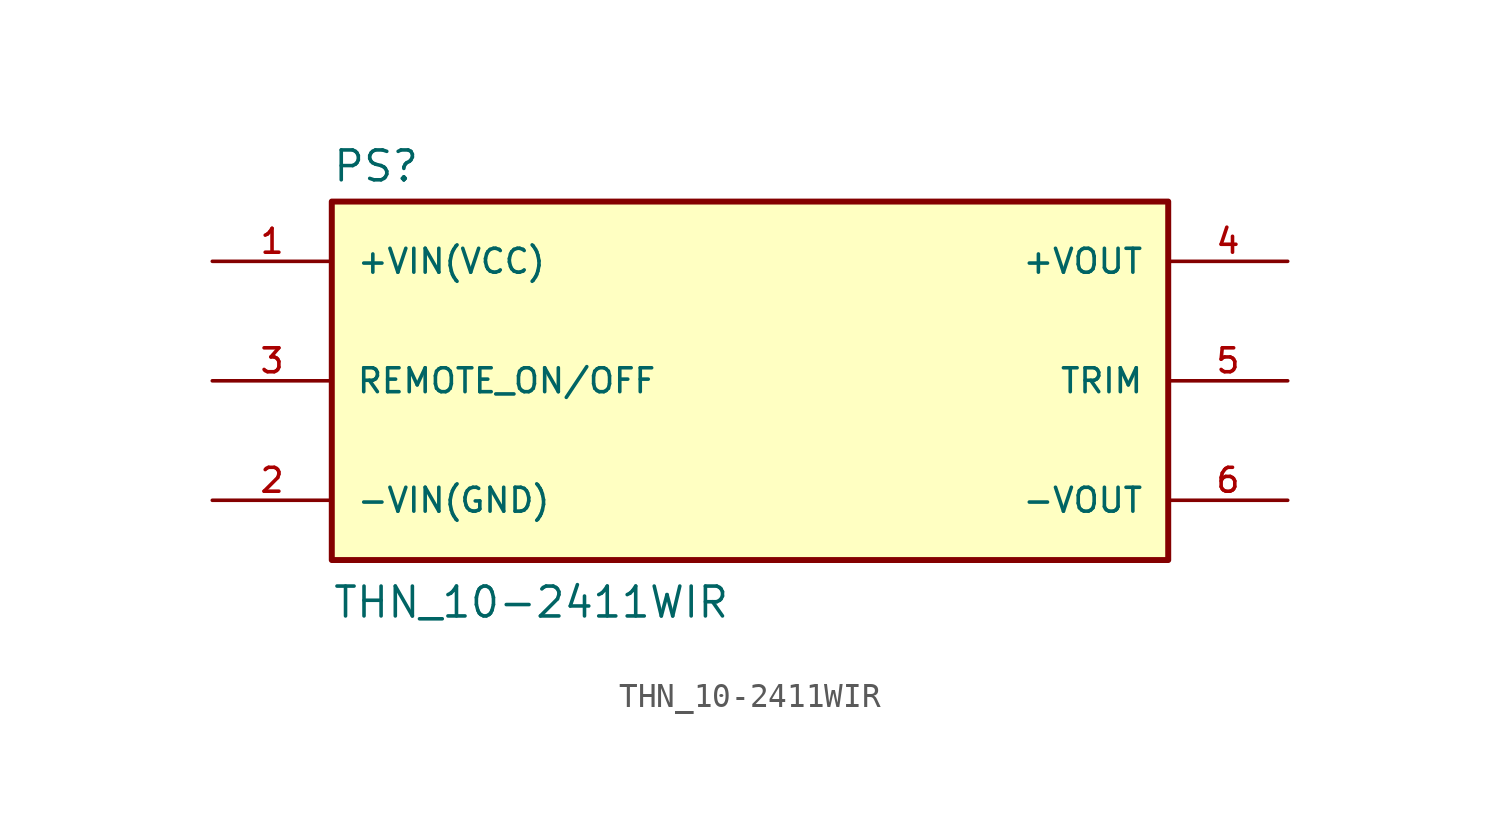
<source format=kicad_sym>
(kicad_symbol_lib
  (version 20241209)
  (generator "kicad_symbol_editor")
  (generator_version "9.0")
  (symbol "THN_10-2411WIR"
    (pin_names
      (offset 1.016))
    (property "Reference" "PS"
      (at -17.78 8.382 0)
      (effects (font (size 1.27 1.27)) (justify left bottom)))
    (property "Value" "THN_10-2411WIR"
      (at -17.78 -10.16 0)
      (effects (font (size 1.27 1.27)) (justify left bottom)))
    (symbol "THN_10-2411WIR_0_0"
      (rectangle (start -17.78 -7.62) (end 17.78 7.62) (stroke (width 0.254) (type default)) (fill (type background)))
      (pin input line (at -22.86 0 0) (length 5.08) (name "REMOTE_ON/OFF" (effects (font (size 1.016 1.016)))) (number "3" (effects (font (size 1.016 1.016)))))
      (pin passive line (at 22.86 0 180) (length 5.08) (name "TRIM" (effects (font (size 1.016 1.016)))) (number "5" (effects (font (size 1.016 1.016))))))
    (symbol "THN_10-2411WIR_1_0"
      (pin power_in line (at -22.86 5.08 0) (length 5.08) (name "+VIN(VCC)" (effects (font (size 1.016 1.016)))) (number "1" (effects (font (size 1.016 1.016)))))
      (pin power_in line (at -22.86 -5.08 0) (length 5.08) (name "-VIN(GND)" (effects (font (size 1.016 1.016)))) (number "2" (effects (font (size 1.016 1.016)))))
      (pin power_out line (at 22.86 5.08 180) (length 5.08) (name "+VOUT" (effects (font (size 1.016 1.016)))) (number "4" (effects (font (size 1.016 1.016)))))
      (pin passive line (at 22.86 -5.08 180) (length 5.08) (name "-VOUT" (effects (font (size 1.016 1.016)))) (number "6" (effects (font (size 1.016 1.016))))))))
</source>
